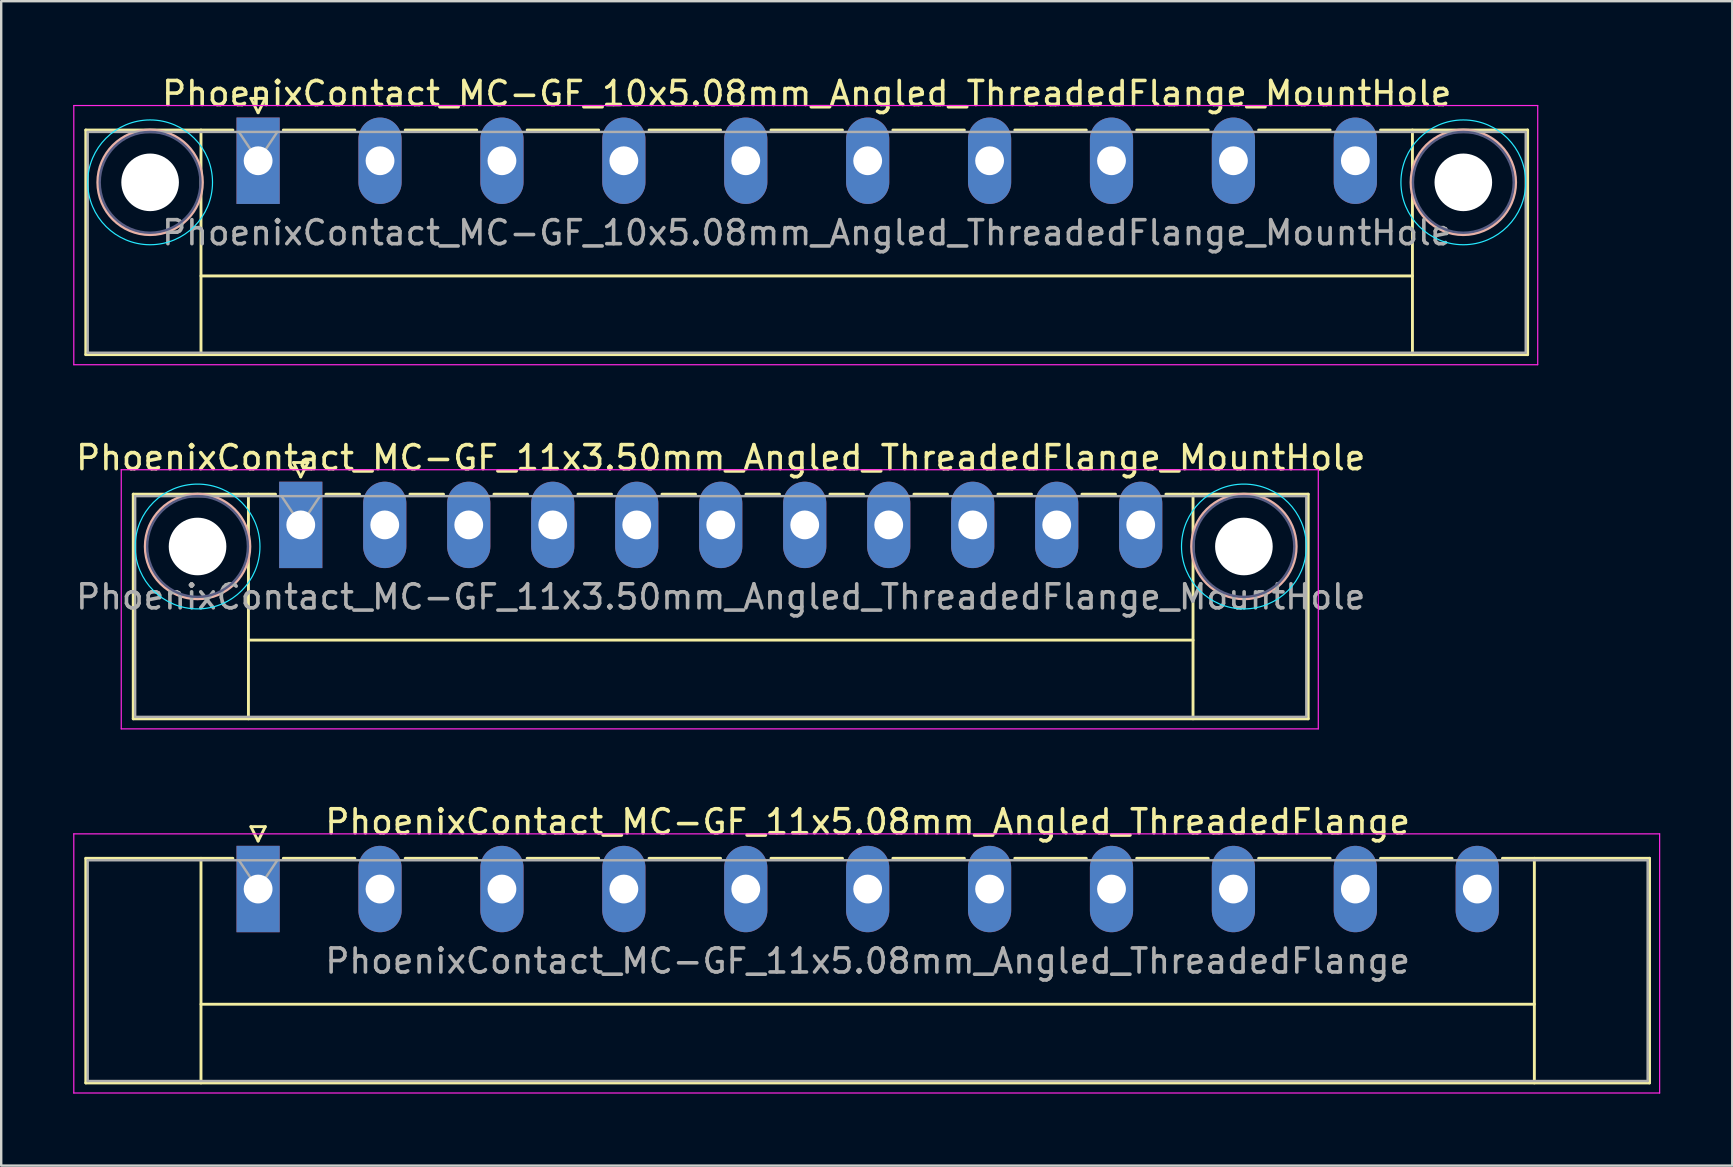
<source format=kicad_pcb>
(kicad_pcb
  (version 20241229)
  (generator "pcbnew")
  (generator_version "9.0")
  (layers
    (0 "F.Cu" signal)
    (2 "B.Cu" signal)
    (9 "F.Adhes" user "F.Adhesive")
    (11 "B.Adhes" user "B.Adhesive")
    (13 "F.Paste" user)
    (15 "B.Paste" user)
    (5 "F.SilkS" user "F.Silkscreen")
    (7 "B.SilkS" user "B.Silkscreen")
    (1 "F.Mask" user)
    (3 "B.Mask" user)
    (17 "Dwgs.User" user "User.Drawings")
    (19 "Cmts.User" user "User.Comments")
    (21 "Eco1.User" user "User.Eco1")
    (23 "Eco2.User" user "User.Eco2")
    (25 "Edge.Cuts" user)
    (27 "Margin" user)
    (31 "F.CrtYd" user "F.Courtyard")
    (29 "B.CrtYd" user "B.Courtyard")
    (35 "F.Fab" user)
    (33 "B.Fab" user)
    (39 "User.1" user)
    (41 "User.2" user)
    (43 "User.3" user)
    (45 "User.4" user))
  (footprint "PhoenixContact_MC-GF_11x3.50mm_Angled_ThreadedFlange_MountHole"
    (layer "F.Cu")
    (at 9.482 18.822)
    (property "Reference" "PhoenixContact_MC-GF_11x3.50mm_Angled_ThreadedFlange_MountHole" (at 17.5 -2.8 0) (layer "F.SilkS") (effects (font (size 1 1) (thickness 0.15))))
    (attr through_hole)
    (fp_line (start -6.98 -1.28) (end -6.98 8.08) (stroke (width 0.12) (type solid)) (layer "F.SilkS"))
    (fp_line (start -6.98 -1.28) (end -1.05 -1.28) (stroke (width 0.12) (type solid)) (layer "F.SilkS"))
    (fp_line (start -6.98 8.08) (end 41.98 8.08) (stroke (width 0.12) (type solid)) (layer "F.SilkS"))
    (fp_line (start -2.18 -1.28) (end -2.18 8.08) (stroke (width 0.12) (type solid)) (layer "F.SilkS"))
    (fp_line (start -2.18 4.8) (end 37.18 4.8) (stroke (width 0.12) (type solid)) (layer "F.SilkS"))
    (fp_line (start -0.3 -2.6) (end 0.3 -2.6) (stroke (width 0.12) (type solid)) (layer "F.SilkS"))
    (fp_line (start 0 -2) (end -0.3 -2.6) (stroke (width 0.12) (type solid)) (layer "F.SilkS"))
    (fp_line (start 0.3 -2.6) (end 0 -2) (stroke (width 0.12) (type solid)) (layer "F.SilkS"))
    (fp_line (start 1.05 -1.28) (end 2.45 -1.28) (stroke (width 0.12) (type solid)) (layer "F.SilkS"))
    (fp_line (start 4.55 -1.28) (end 5.95 -1.28) (stroke (width 0.12) (type solid)) (layer "F.SilkS"))
    (fp_line (start 8.05 -1.28) (end 9.45 -1.28) (stroke (width 0.12) (type solid)) (layer "F.SilkS"))
    (fp_line (start 11.55 -1.28) (end 12.95 -1.28) (stroke (width 0.12) (type solid)) (layer "F.SilkS"))
    (fp_line (start 15.05 -1.28) (end 16.45 -1.28) (stroke (width 0.12) (type solid)) (layer "F.SilkS"))
    (fp_line (start 18.55 -1.28) (end 19.95 -1.28) (stroke (width 0.12) (type solid)) (layer "F.SilkS"))
    (fp_line (start 22.05 -1.28) (end 23.45 -1.28) (stroke (width 0.12) (type solid)) (layer "F.SilkS"))
    (fp_line (start 25.55 -1.28) (end 26.95 -1.28) (stroke (width 0.12) (type solid)) (layer "F.SilkS"))
    (fp_line (start 29.05 -1.28) (end 30.45 -1.28) (stroke (width 0.12) (type solid)) (layer "F.SilkS"))
    (fp_line (start 32.55 -1.28) (end 33.95 -1.28) (stroke (width 0.12) (type solid)) (layer "F.SilkS"))
    (fp_line (start 37.18 -1.28) (end 37.18 8.08) (stroke (width 0.12) (type solid)) (layer "F.SilkS"))
    (fp_line (start 41.98 -1.28) (end 36.05 -1.28) (stroke (width 0.12) (type solid)) (layer "F.SilkS"))
    (fp_line (start 41.98 8.08) (end 41.98 -1.28) (stroke (width 0.12) (type solid)) (layer "F.SilkS"))
    (fp_circle (center -4.3 0.9) (end -2.12 0.9) (stroke (width 0.12) (type solid)) (fill no) (layer "B.SilkS"))
    (fp_circle (center 39.3 0.9) (end 41.48 0.9) (stroke (width 0.12) (type solid)) (fill no) (layer "B.SilkS"))
    (fp_circle (center -4.3 0.9) (end -1.7 0.9) (stroke (width 0.05) (type solid)) (fill no) (layer "B.CrtYd"))
    (fp_circle (center 39.3 0.9) (end 41.9 0.9) (stroke (width 0.05) (type solid)) (fill no) (layer "B.CrtYd"))
    (fp_line (start -7.48 -2.3) (end -7.48 8.5) (stroke (width 0.05) (type solid)) (layer "F.CrtYd"))
    (fp_line (start -7.48 8.5) (end 42.4 8.5) (stroke (width 0.05) (type solid)) (layer "F.CrtYd"))
    (fp_line (start 42.4 -2.3) (end -7.48 -2.3) (stroke (width 0.05) (type solid)) (layer "F.CrtYd"))
    (fp_line (start 42.4 8.5) (end 42.4 -2.3) (stroke (width 0.05) (type solid)) (layer "F.CrtYd"))
    (fp_circle (center -4.3 0.9) (end -2.2 0.9) (stroke (width 0.1) (type solid)) (fill no) (layer "B.Fab"))
    (fp_circle (center 39.3 0.9) (end 41.4 0.9) (stroke (width 0.1) (type solid)) (fill no) (layer "B.Fab"))
    (fp_line (start -6.9 -1.2) (end -6.9 8) (stroke (width 0.1) (type solid)) (layer "F.Fab"))
    (fp_line (start -6.9 8) (end 41.9 8) (stroke (width 0.1) (type solid)) (layer "F.Fab"))
    (fp_line (start 0 0) (end -0.8 -1.2) (stroke (width 0.1) (type solid)) (layer "F.Fab"))
    (fp_line (start 0.8 -1.2) (end 0 0) (stroke (width 0.1) (type solid)) (layer "F.Fab"))
    (fp_line (start 41.9 -1.2) (end -6.9 -1.2) (stroke (width 0.1) (type solid)) (layer "F.Fab"))
    (fp_line (start 41.9 8) (end 41.9 -1.2) (stroke (width 0.1) (type solid)) (layer "F.Fab"))
    (fp_text user "${REFERENCE}" (at 17.5 3 0) (layer "F.Fab") (effects (font (size 1 1) (thickness 0.15))))
    (pad "" np_thru_hole circle (at -4.3 0.9) (size 2.4 2.4) (drill 2.4) (layers "*.Cu" "*.Mask"))
    (pad "" np_thru_hole circle (at 39.3 0.9) (size 2.4 2.4) (drill 2.4) (layers "*.Cu" "*.Mask"))
    (pad "1" thru_hole rect (at 0 0) (size 1.8 3.6) (drill 1.2) (layers "*.Cu" "*.Mask"))
    (pad "2" thru_hole oval (at 3.5 0) (size 1.8 3.6) (drill 1.2) (layers "*.Cu" "*.Mask"))
    (pad "3" thru_hole oval (at 7 0) (size 1.8 3.6) (drill 1.2) (layers "*.Cu" "*.Mask"))
    (pad "4" thru_hole oval (at 10.5 0) (size 1.8 3.6) (drill 1.2) (layers "*.Cu" "*.Mask"))
    (pad "5" thru_hole oval (at 14 0) (size 1.8 3.6) (drill 1.2) (layers "*.Cu" "*.Mask"))
    (pad "6" thru_hole oval (at 17.5 0) (size 1.8 3.6) (drill 1.2) (layers "*.Cu" "*.Mask"))
    (pad "7" thru_hole oval (at 21 0) (size 1.8 3.6) (drill 1.2) (layers "*.Cu" "*.Mask"))
    (pad "8" thru_hole oval (at 24.5 0) (size 1.8 3.6) (drill 1.2) (layers "*.Cu" "*.Mask"))
    (pad "9" thru_hole oval (at 28 0) (size 1.8 3.6) (drill 1.2) (layers "*.Cu" "*.Mask"))
    (pad "10" thru_hole oval (at 31.5 0) (size 1.8 3.6) (drill 1.2) (layers "*.Cu" "*.Mask"))
    (pad "11" thru_hole oval (at 35 0) (size 1.8 3.6) (drill 1.2) (layers "*.Cu" "*.Mask")))
  (footprint "PhoenixContact_MC-GF_11x5.08mm_Angled_ThreadedFlange"
    (layer "F.Cu")
    (at 7.705 33.995)
    (property "Reference" "PhoenixContact_MC-GF_11x5.08mm_Angled_ThreadedFlange" (at 25.4 -2.8 0) (layer "F.SilkS") (effects (font (size 1 1) (thickness 0.15))))
    (attr through_hole)
    (fp_line (start -7.18 -1.28) (end -7.18 8.08) (stroke (width 0.12) (type solid)) (layer "F.SilkS"))
    (fp_line (start -7.18 -1.28) (end -1.05 -1.28) (stroke (width 0.12) (type solid)) (layer "F.SilkS"))
    (fp_line (start -7.18 8.08) (end 57.98 8.08) (stroke (width 0.12) (type solid)) (layer "F.SilkS"))
    (fp_line (start -2.38 -1.28) (end -2.38 8.08) (stroke (width 0.12) (type solid)) (layer "F.SilkS"))
    (fp_line (start -2.38 4.8) (end 53.18 4.8) (stroke (width 0.12) (type solid)) (layer "F.SilkS"))
    (fp_line (start -0.3 -2.6) (end 0.3 -2.6) (stroke (width 0.12) (type solid)) (layer "F.SilkS"))
    (fp_line (start 0 -2) (end -0.3 -2.6) (stroke (width 0.12) (type solid)) (layer "F.SilkS"))
    (fp_line (start 0.3 -2.6) (end 0 -2) (stroke (width 0.12) (type solid)) (layer "F.SilkS"))
    (fp_line (start 1.05 -1.28) (end 4.03 -1.28) (stroke (width 0.12) (type solid)) (layer "F.SilkS"))
    (fp_line (start 6.13 -1.28) (end 9.11 -1.28) (stroke (width 0.12) (type solid)) (layer "F.SilkS"))
    (fp_line (start 11.21 -1.28) (end 14.19 -1.28) (stroke (width 0.12) (type solid)) (layer "F.SilkS"))
    (fp_line (start 16.29 -1.28) (end 19.27 -1.28) (stroke (width 0.12) (type solid)) (layer "F.SilkS"))
    (fp_line (start 21.37 -1.28) (end 24.35 -1.28) (stroke (width 0.12) (type solid)) (layer "F.SilkS"))
    (fp_line (start 26.45 -1.28) (end 29.43 -1.28) (stroke (width 0.12) (type solid)) (layer "F.SilkS"))
    (fp_line (start 31.53 -1.28) (end 34.51 -1.28) (stroke (width 0.12) (type solid)) (layer "F.SilkS"))
    (fp_line (start 36.61 -1.28) (end 39.59 -1.28) (stroke (width 0.12) (type solid)) (layer "F.SilkS"))
    (fp_line (start 41.69 -1.28) (end 44.67 -1.28) (stroke (width 0.12) (type solid)) (layer "F.SilkS"))
    (fp_line (start 46.77 -1.28) (end 49.75 -1.28) (stroke (width 0.12) (type solid)) (layer "F.SilkS"))
    (fp_line (start 53.18 -1.28) (end 53.18 8.08) (stroke (width 0.12) (type solid)) (layer "F.SilkS"))
    (fp_line (start 57.98 -1.28) (end 51.85 -1.28) (stroke (width 0.12) (type solid)) (layer "F.SilkS"))
    (fp_line (start 57.98 8.08) (end 57.98 -1.28) (stroke (width 0.12) (type solid)) (layer "F.SilkS"))
    (fp_line (start -7.68 -2.3) (end -7.68 8.5) (stroke (width 0.05) (type solid)) (layer "F.CrtYd"))
    (fp_line (start -7.68 8.5) (end 58.4 8.5) (stroke (width 0.05) (type solid)) (layer "F.CrtYd"))
    (fp_line (start 58.4 -2.3) (end -7.68 -2.3) (stroke (width 0.05) (type solid)) (layer "F.CrtYd"))
    (fp_line (start 58.4 8.5) (end 58.4 -2.3) (stroke (width 0.05) (type solid)) (layer "F.CrtYd"))
    (fp_line (start -7.1 -1.2) (end -7.1 8) (stroke (width 0.1) (type solid)) (layer "F.Fab"))
    (fp_line (start -7.1 8) (end 57.9 8) (stroke (width 0.1) (type solid)) (layer "F.Fab"))
    (fp_line (start 0 0) (end -0.8 -1.2) (stroke (width 0.1) (type solid)) (layer "F.Fab"))
    (fp_line (start 0.8 -1.2) (end 0 0) (stroke (width 0.1) (type solid)) (layer "F.Fab"))
    (fp_line (start 57.9 -1.2) (end -7.1 -1.2) (stroke (width 0.1) (type solid)) (layer "F.Fab"))
    (fp_line (start 57.9 8) (end 57.9 -1.2) (stroke (width 0.1) (type solid)) (layer "F.Fab"))
    (fp_text user "${REFERENCE}" (at 25.4 3 0) (layer "F.Fab") (effects (font (size 1 1) (thickness 0.15))))
    (pad "1" thru_hole rect (at 0 0) (size 1.8 3.6) (drill 1.2) (layers "*.Cu" "*.Mask"))
    (pad "2" thru_hole oval (at 5.08 0) (size 1.8 3.6) (drill 1.2) (layers "*.Cu" "*.Mask"))
    (pad "3" thru_hole oval (at 10.16 0) (size 1.8 3.6) (drill 1.2) (layers "*.Cu" "*.Mask"))
    (pad "4" thru_hole oval (at 15.24 0) (size 1.8 3.6) (drill 1.2) (layers "*.Cu" "*.Mask"))
    (pad "5" thru_hole oval (at 20.32 0) (size 1.8 3.6) (drill 1.2) (layers "*.Cu" "*.Mask"))
    (pad "6" thru_hole oval (at 25.4 0) (size 1.8 3.6) (drill 1.2) (layers "*.Cu" "*.Mask"))
    (pad "7" thru_hole oval (at 30.48 0) (size 1.8 3.6) (drill 1.2) (layers "*.Cu" "*.Mask"))
    (pad "8" thru_hole oval (at 35.56 0) (size 1.8 3.6) (drill 1.2) (layers "*.Cu" "*.Mask"))
    (pad "9" thru_hole oval (at 40.64 0) (size 1.8 3.6) (drill 1.2) (layers "*.Cu" "*.Mask"))
    (pad "10" thru_hole oval (at 45.72 0) (size 1.8 3.6) (drill 1.2) (layers "*.Cu" "*.Mask"))
    (pad "11" thru_hole oval (at 50.8 0) (size 1.8 3.6) (drill 1.2) (layers "*.Cu" "*.Mask")))
  (footprint "PhoenixContact_MC-GF_10x5.08mm_Angled_ThreadedFlange_MountHole"
    (layer "F.Cu")
    (at 7.705 3.648)
    (property "Reference" "PhoenixContact_MC-GF_10x5.08mm_Angled_ThreadedFlange_MountHole" (at 22.86 -2.8 0) (layer "F.SilkS") (effects (font (size 1 1) (thickness 0.15))))
    (attr through_hole)
    (fp_line (start -7.18 -1.28) (end -7.18 8.08) (stroke (width 0.12) (type solid)) (layer "F.SilkS"))
    (fp_line (start -7.18 -1.28) (end -1.05 -1.28) (stroke (width 0.12) (type solid)) (layer "F.SilkS"))
    (fp_line (start -7.18 8.08) (end 52.9 8.08) (stroke (width 0.12) (type solid)) (layer "F.SilkS"))
    (fp_line (start -2.38 -1.28) (end -2.38 8.08) (stroke (width 0.12) (type solid)) (layer "F.SilkS"))
    (fp_line (start -2.38 4.8) (end 48.1 4.8) (stroke (width 0.12) (type solid)) (layer "F.SilkS"))
    (fp_line (start -0.3 -2.6) (end 0.3 -2.6) (stroke (width 0.12) (type solid)) (layer "F.SilkS"))
    (fp_line (start 0 -2) (end -0.3 -2.6) (stroke (width 0.12) (type solid)) (layer "F.SilkS"))
    (fp_line (start 0.3 -2.6) (end 0 -2) (stroke (width 0.12) (type solid)) (layer "F.SilkS"))
    (fp_line (start 1.05 -1.28) (end 4.03 -1.28) (stroke (width 0.12) (type solid)) (layer "F.SilkS"))
    (fp_line (start 6.13 -1.28) (end 9.11 -1.28) (stroke (width 0.12) (type solid)) (layer "F.SilkS"))
    (fp_line (start 11.21 -1.28) (end 14.19 -1.28) (stroke (width 0.12) (type solid)) (layer "F.SilkS"))
    (fp_line (start 16.29 -1.28) (end 19.27 -1.28) (stroke (width 0.12) (type solid)) (layer "F.SilkS"))
    (fp_line (start 21.37 -1.28) (end 24.35 -1.28) (stroke (width 0.12) (type solid)) (layer "F.SilkS"))
    (fp_line (start 26.45 -1.28) (end 29.43 -1.28) (stroke (width 0.12) (type solid)) (layer "F.SilkS"))
    (fp_line (start 31.53 -1.28) (end 34.51 -1.28) (stroke (width 0.12) (type solid)) (layer "F.SilkS"))
    (fp_line (start 36.61 -1.28) (end 39.59 -1.28) (stroke (width 0.12) (type solid)) (layer "F.SilkS"))
    (fp_line (start 41.69 -1.28) (end 44.67 -1.28) (stroke (width 0.12) (type solid)) (layer "F.SilkS"))
    (fp_line (start 48.1 -1.28) (end 48.1 8.08) (stroke (width 0.12) (type solid)) (layer "F.SilkS"))
    (fp_line (start 52.9 -1.28) (end 46.77 -1.28) (stroke (width 0.12) (type solid)) (layer "F.SilkS"))
    (fp_line (start 52.9 8.08) (end 52.9 -1.28) (stroke (width 0.12) (type solid)) (layer "F.SilkS"))
    (fp_circle (center -4.5 0.9) (end -2.32 0.9) (stroke (width 0.12) (type solid)) (fill no) (layer "B.SilkS"))
    (fp_circle (center 50.22 0.9) (end 52.4 0.9) (stroke (width 0.12) (type solid)) (fill no) (layer "B.SilkS"))
    (fp_circle (center -4.5 0.9) (end -1.9 0.9) (stroke (width 0.05) (type solid)) (fill no) (layer "B.CrtYd"))
    (fp_circle (center 50.22 0.9) (end 52.82 0.9) (stroke (width 0.05) (type solid)) (fill no) (layer "B.CrtYd"))
    (fp_line (start -7.68 -2.3) (end -7.68 8.5) (stroke (width 0.05) (type solid)) (layer "F.CrtYd"))
    (fp_line (start -7.68 8.5) (end 53.32 8.5) (stroke (width 0.05) (type solid)) (layer "F.CrtYd"))
    (fp_line (start 53.32 -2.3) (end -7.68 -2.3) (stroke (width 0.05) (type solid)) (layer "F.CrtYd"))
    (fp_line (start 53.32 8.5) (end 53.32 -2.3) (stroke (width 0.05) (type solid)) (layer "F.CrtYd"))
    (fp_circle (center -4.5 0.9) (end -2.4 0.9) (stroke (width 0.1) (type solid)) (fill no) (layer "B.Fab"))
    (fp_circle (center 50.22 0.9) (end 52.32 0.9) (stroke (width 0.1) (type solid)) (fill no) (layer "B.Fab"))
    (fp_line (start -7.1 -1.2) (end -7.1 8) (stroke (width 0.1) (type solid)) (layer "F.Fab"))
    (fp_line (start -7.1 8) (end 52.82 8) (stroke (width 0.1) (type solid)) (layer "F.Fab"))
    (fp_line (start 0 0) (end -0.8 -1.2) (stroke (width 0.1) (type solid)) (layer "F.Fab"))
    (fp_line (start 0.8 -1.2) (end 0 0) (stroke (width 0.1) (type solid)) (layer "F.Fab"))
    (fp_line (start 52.82 -1.2) (end -7.1 -1.2) (stroke (width 0.1) (type solid)) (layer "F.Fab"))
    (fp_line (start 52.82 8) (end 52.82 -1.2) (stroke (width 0.1) (type solid)) (layer "F.Fab"))
    (fp_text user "${REFERENCE}" (at 22.86 3 0) (layer "F.Fab") (effects (font (size 1 1) (thickness 0.15))))
    (pad "" np_thru_hole circle (at -4.5 0.9) (size 2.4 2.4) (drill 2.4) (layers "*.Cu" "*.Mask"))
    (pad "" np_thru_hole circle (at 50.22 0.9) (size 2.4 2.4) (drill 2.4) (layers "*.Cu" "*.Mask"))
    (pad "1" thru_hole rect (at 0 0) (size 1.8 3.6) (drill 1.2) (layers "*.Cu" "*.Mask"))
    (pad "2" thru_hole oval (at 5.08 0) (size 1.8 3.6) (drill 1.2) (layers "*.Cu" "*.Mask"))
    (pad "3" thru_hole oval (at 10.16 0) (size 1.8 3.6) (drill 1.2) (layers "*.Cu" "*.Mask"))
    (pad "4" thru_hole oval (at 15.24 0) (size 1.8 3.6) (drill 1.2) (layers "*.Cu" "*.Mask"))
    (pad "5" thru_hole oval (at 20.32 0) (size 1.8 3.6) (drill 1.2) (layers "*.Cu" "*.Mask"))
    (pad "6" thru_hole oval (at 25.4 0) (size 1.8 3.6) (drill 1.2) (layers "*.Cu" "*.Mask"))
    (pad "7" thru_hole oval (at 30.48 0) (size 1.8 3.6) (drill 1.2) (layers "*.Cu" "*.Mask"))
    (pad "8" thru_hole oval (at 35.56 0) (size 1.8 3.6) (drill 1.2) (layers "*.Cu" "*.Mask"))
    (pad "9" thru_hole oval (at 40.64 0) (size 1.8 3.6) (drill 1.2) (layers "*.Cu" "*.Mask"))
    (pad "10" thru_hole oval (at 45.72 0) (size 1.8 3.6) (drill 1.2) (layers "*.Cu" "*.Mask")))
  (gr_rect
    (start -3 -3)
    (end 69.13 45.52)
    (stroke (width 0.1) (type default))
    (fill no)
    (layer "Edge.Cuts")))
</source>
